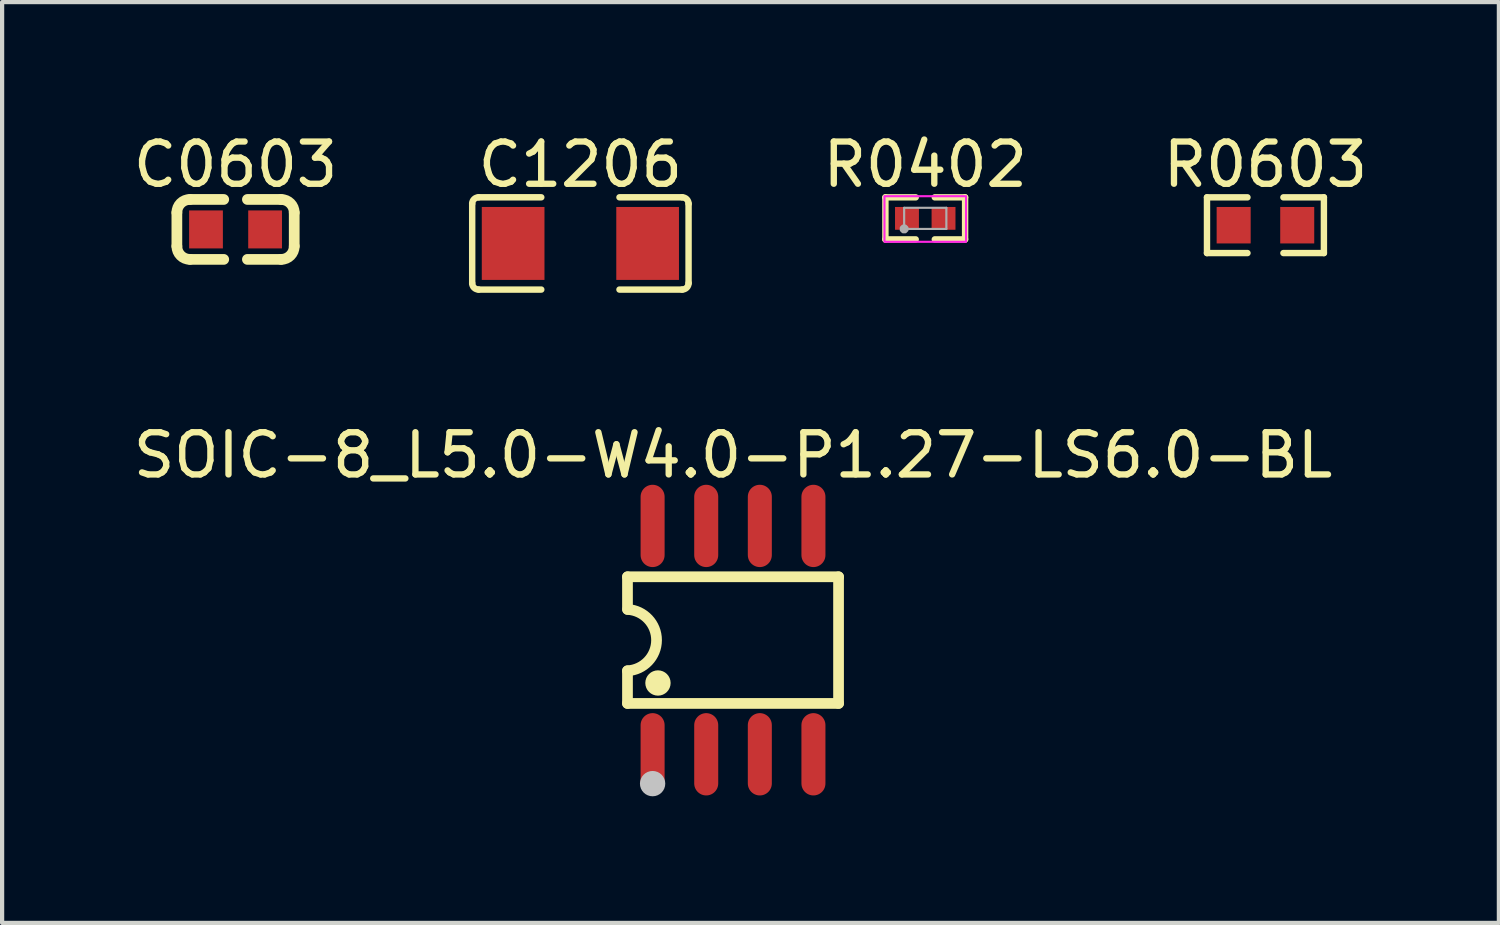
<source format=kicad_pcb>
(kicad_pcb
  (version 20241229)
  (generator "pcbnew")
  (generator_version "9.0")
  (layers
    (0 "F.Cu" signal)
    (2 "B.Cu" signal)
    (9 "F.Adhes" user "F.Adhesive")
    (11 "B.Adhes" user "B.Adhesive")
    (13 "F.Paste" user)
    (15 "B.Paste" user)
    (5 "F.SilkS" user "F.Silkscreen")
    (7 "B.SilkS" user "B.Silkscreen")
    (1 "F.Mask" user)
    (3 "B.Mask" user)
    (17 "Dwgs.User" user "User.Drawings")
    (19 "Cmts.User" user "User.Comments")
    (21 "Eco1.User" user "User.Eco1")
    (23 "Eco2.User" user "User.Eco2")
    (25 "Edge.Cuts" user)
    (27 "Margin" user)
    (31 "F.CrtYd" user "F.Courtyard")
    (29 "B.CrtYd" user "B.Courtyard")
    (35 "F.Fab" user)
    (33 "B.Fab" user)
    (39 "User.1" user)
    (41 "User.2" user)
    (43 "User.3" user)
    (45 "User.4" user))
  (footprint "C1206"
    (layer "F.Cu")
    (at 10.699 2.717)
    (property "Reference" "C1206" (at 0 -1.869 0) (layer "F.SilkS") (effects (font (size 1 1) (thickness 0.15))))
    (fp_line (start -2.563 0.94) (end -2.563 -0.94) (stroke (width 0.152) (type default)) (layer "F.SilkS"))
    (fp_line (start -2.411 -1.093) (end -0.926 -1.093) (stroke (width 0.152) (type default)) (layer "F.SilkS"))
    (fp_line (start -0.926 1.093) (end -2.411 1.093) (stroke (width 0.152) (type default)) (layer "F.SilkS"))
    (fp_line (start 0.926 1.093) (end 2.411 1.093) (stroke (width 0.152) (type default)) (layer "F.SilkS"))
    (fp_line (start 2.411 -1.093) (end 0.926 -1.093) (stroke (width 0.152) (type default)) (layer "F.SilkS"))
    (fp_line (start 2.563 0.94) (end 2.563 -0.94) (stroke (width 0.152) (type default)) (layer "F.SilkS"))
    (fp_arc (start -2.5635 -0.94) (mid -2.518834 -1.047834) (end -2.411 -1.0925) (stroke (width 0.1525) (type default)) (layer "F.SilkS"))
    (fp_arc (start -2.411 1.0925) (mid -2.518834 1.047834) (end -2.5635 0.94) (stroke (width 0.1525) (type default)) (layer "F.SilkS"))
    (fp_arc (start 2.411 -1.0925) (mid 2.518834 -1.047834) (end 2.5635 -0.94) (stroke (width 0.1525) (type default)) (layer "F.SilkS"))
    (fp_arc (start 2.5635 0.94) (mid 2.518834 1.047834) (end 2.411 1.0925) (stroke (width 0.1525) (type default)) (layer "F.SilkS"))
    (fp_poly (pts (xy -0.85 0.764) (xy -0.85 0.394) (xy -0.95 0.294) (xy -1.255 0.294) (xy -1.355 0.194) (xy -1.355 -0.194) (xy -1.255 -0.294) (xy -0.95 -0.294) (xy -0.85 -0.394) (xy -0.85 -0.764) (xy -0.95 -0.864) (xy -2.235 -0.864) (xy -2.335 -0.764) (xy -2.335 0.764) (xy -2.235 0.864) (xy -0.95 0.864)) (stroke (width 0) (type default)) (fill yes) (layer "F.Paste"))
    (fp_poly (pts (xy 0.85 0.764) (xy 0.85 0.394) (xy 0.95 0.294) (xy 1.255 0.294) (xy 1.355 0.194) (xy 1.355 -0.194) (xy 1.255 -0.294) (xy 0.95 -0.294) (xy 0.85 -0.394) (xy 0.85 -0.764) (xy 0.95 -0.864) (xy 2.235 -0.864) (xy 2.335 -0.764) (xy 2.335 0.764) (xy 2.235 0.864) (xy 0.95 0.864)) (stroke (width 0) (type default)) (fill yes) (layer "F.Paste"))
    (fp_poly (pts (xy -1.6 0.8) (xy -1.6 -0.8) (xy -1.1 -0.8) (xy -1.1 0.8)) (stroke (width 0.1) (type default)) (fill no) (layer "User.1"))
    (fp_poly (pts (xy 1.6 0.8) (xy 1.6 -0.8) (xy 1.1 -0.8) (xy 1.1 0.8)) (stroke (width 0.1) (type default)) (fill no) (layer "User.1"))
    (fp_line (start -1.6 -0.8) (end 1.6 -0.8) (stroke (width 0.051) (type default)) (layer "User.2"))
    (fp_line (start -1.6 0.8) (end -1.6 -0.8) (stroke (width 0.051) (type default)) (layer "User.2"))
    (fp_line (start 1.6 -0.8) (end 1.6 0.8) (stroke (width 0.051) (type default)) (layer "User.2"))
    (fp_line (start 1.6 0.8) (end -1.6 0.8) (stroke (width 0.051) (type default)) (layer "User.2"))
    (fp_poly (pts (xy -1.545 0.777) (xy -1.577 0.745) (xy -1.623 0.745) (xy -1.655 0.777) (xy -1.655 0.823) (xy -1.623 0.855) (xy -1.577 0.855) (xy -1.545 0.823)) (stroke (width 0.1) (type default)) (fill no) (layer "User.3"))
    (pad "1" smd rect (at -1.593 0) (size 1.485 1.728) (layers "F.Cu" "F.Mask" "F.Paste"))
    (pad "2" smd rect (at 1.593 0) (size 1.485 1.728) (layers "F.Cu" "F.Mask" "F.Paste")))
  (footprint "R0603"
    (layer "F.Cu")
    (at 26.928 2.285)
    (property "Reference" "R0603" (at 0 -1.437 0) (layer "F.SilkS") (effects (font (size 1 1) (thickness 0.15))))
    (fp_line (start -1.385 -0.66) (end -0.426 -0.66) (stroke (width 0.152) (type default)) (layer "F.SilkS"))
    (fp_line (start -1.385 0.66) (end -1.385 -0.66) (stroke (width 0.152) (type default)) (layer "F.SilkS"))
    (fp_line (start -0.426 0.66) (end -1.385 0.66) (stroke (width 0.152) (type default)) (layer "F.SilkS"))
    (fp_line (start 0.426 0.66) (end 1.385 0.66) (stroke (width 0.152) (type default)) (layer "F.SilkS"))
    (fp_line (start 1.385 -0.66) (end 0.426 -0.66) (stroke (width 0.152) (type default)) (layer "F.SilkS"))
    (fp_line (start 1.385 0.66) (end 1.385 -0.66) (stroke (width 0.152) (type default)) (layer "F.SilkS"))
    (fp_poly (pts (xy -1.195 0.45) (xy -0.395 0.45) (xy -0.345 0.4) (xy -0.345 0.172) (xy -0.715 0.172) (xy -0.715 -0.158) (xy -0.345 -0.158) (xy -0.345 -0.4) (xy -0.395 -0.45) (xy -1.195 -0.45) (xy -1.245 -0.4) (xy -1.245 0.4)) (stroke (width 0) (type default)) (fill yes) (layer "F.Paste"))
    (fp_poly (pts (xy 1.195 -0.45) (xy 0.395 -0.45) (xy 0.345 -0.4) (xy 0.345 -0.172) (xy 0.715 -0.172) (xy 0.715 0.158) (xy 0.345 0.158) (xy 0.345 0.4) (xy 0.395 0.45) (xy 1.195 0.45) (xy 1.245 0.4) (xy 1.245 -0.4)) (stroke (width 0) (type default)) (fill yes) (layer "F.Paste"))
    (fp_poly (pts (xy -0.8 0.4) (xy -0.8 -0.4) (xy -0.5 -0.4) (xy -0.5 0.4)) (stroke (width 0.1) (type default)) (fill no) (layer "User.1"))
    (fp_poly (pts (xy 0.8 0.4) (xy 0.8 -0.4) (xy 0.5 -0.4) (xy 0.5 0.4)) (stroke (width 0.1) (type default)) (fill no) (layer "User.1"))
    (fp_line (start -0.8 -0.4) (end 0.8 -0.4) (stroke (width 0.051) (type default)) (layer "User.2"))
    (fp_line (start -0.8 0.4) (end -0.8 -0.4) (stroke (width 0.051) (type default)) (layer "User.2"))
    (fp_line (start 0.8 -0.4) (end 0.8 0.4) (stroke (width 0.051) (type default)) (layer "User.2"))
    (fp_line (start 0.8 0.4) (end -0.8 0.4) (stroke (width 0.051) (type default)) (layer "User.2"))
    (fp_poly (pts (xy -0.745 0.377) (xy -0.777 0.345) (xy -0.823 0.345) (xy -0.855 0.377) (xy -0.855 0.423) (xy -0.823 0.455) (xy -0.777 0.455) (xy -0.745 0.423)) (stroke (width 0.1) (type default)) (fill no) (layer "User.3"))
    (pad "1" smd rect (at -0.753 0) (size 0.806 0.864) (layers "F.Cu" "F.Mask" "F.Paste"))
    (pad "2" smd rect (at 0.753 0) (size 0.806 0.864) (layers "F.Cu" "F.Mask" "F.Paste")))
  (footprint "R0402"
    (layer "F.Cu")
    (at 18.869 2.123)
    (property "Reference" "R0402" (at 0 -1.275 0) (layer "F.SilkS") (effects (font (size 1 1) (thickness 0.15))))
    (fp_line (start -0.944 -0.498) (end -0.226 -0.498) (stroke (width 0.152) (type default)) (layer "F.SilkS"))
    (fp_line (start -0.944 0.498) (end -0.944 -0.498) (stroke (width 0.152) (type default)) (layer "F.SilkS"))
    (fp_line (start -0.226 0.498) (end -0.944 0.498) (stroke (width 0.152) (type default)) (layer "F.SilkS"))
    (fp_line (start 0.226 0.498) (end 0.944 0.498) (stroke (width 0.152) (type default)) (layer "F.SilkS"))
    (fp_line (start 0.944 -0.498) (end 0.226 -0.498) (stroke (width 0.152) (type default)) (layer "F.SilkS"))
    (fp_line (start 0.944 0.498) (end 0.944 -0.498) (stroke (width 0.152) (type default)) (layer "F.SilkS"))
    (fp_poly (pts (xy -0.135 0.23) (xy -0.135 -0.23) (xy -0.175 -0.27) (xy -0.675 -0.27) (xy -0.716 -0.23) (xy -0.716 0.23) (xy -0.675 0.27) (xy -0.175 0.27)) (stroke (width 0) (type default)) (fill yes) (layer "F.Paste"))
    (fp_poly (pts (xy 0.135 0.23) (xy 0.135 -0.23) (xy 0.175 -0.27) (xy 0.675 -0.27) (xy 0.716 -0.23) (xy 0.716 0.23) (xy 0.675 0.27) (xy 0.175 0.27)) (stroke (width 0) (type default)) (fill yes) (layer "F.Paste"))
    (fp_rect (start -0.966 -0.525) (end 0.966 0.555) (stroke (width 0.05) (type default)) (fill no) (layer "F.CrtYd"))
    (fp_line (start -0.5 -0.25) (end 0.5 -0.25) (stroke (width 0.051) (type default)) (layer "F.Fab"))
    (fp_line (start -0.5 0.25) (end -0.5 -0.25) (stroke (width 0.051) (type default)) (layer "F.Fab"))
    (fp_line (start 0.5 -0.25) (end 0.5 0.25) (stroke (width 0.051) (type default)) (layer "F.Fab"))
    (fp_line (start 0.5 0.25) (end -0.5 0.25) (stroke (width 0.051) (type default)) (layer "F.Fab"))
    (fp_poly (pts (xy -0.445 0.227) (xy -0.477 0.195) (xy -0.523 0.195) (xy -0.555 0.227) (xy -0.555 0.273) (xy -0.523 0.305) (xy -0.477 0.305) (xy -0.445 0.273)) (stroke (width 0.1) (type default)) (fill no) (layer "F.Fab"))
    (fp_poly (pts (xy -0.249 -0.25) (xy -0.249 0.25) (xy -0.499 0.25) (xy -0.499 -0.25)) (stroke (width 0.1) (type default)) (fill no) (layer "User.1"))
    (fp_poly (pts (xy 0.252 0.25) (xy 0.252 -0.25) (xy 0.501 -0.25) (xy 0.501 0.25)) (stroke (width 0.1) (type default)) (fill no) (layer "User.1"))
    (pad "1" smd rect (at -0.433 0) (size 0.566 0.54) (layers "F.Cu" "F.Mask" "F.Paste"))
    (pad "2" smd rect (at 0.433 0) (size 0.566 0.54) (layers "F.Cu" "F.Mask" "F.Paste")))
  (footprint "SOIC-8_L5.0-W4.0-P1.27-LS6.0-BL"
    (layer "F.Cu")
    (at 14.315 12.114)
    (property "Reference" "SOIC-8_L5.0-W4.0-P1.27-LS6.0-BL" (at 0 -4.38 0) (layer "F.SilkS") (effects (font (size 1 1) (thickness 0.15))))
    (fp_line (start -2.5 -1.5) (end -2.5 -0.727) (stroke (width 0.254) (type default)) (layer "F.SilkS"))
    (fp_line (start -2.5 -1.5) (end 2.5 -1.5) (stroke (width 0.254) (type default)) (layer "F.SilkS"))
    (fp_line (start -2.5 1.5) (end -2.5 0.727) (stroke (width 0.254) (type default)) (layer "F.SilkS"))
    (fp_line (start -2.5 1.5) (end 2.5 1.5) (stroke (width 0.254) (type default)) (layer "F.SilkS"))
    (fp_line (start 2.5 -1.5) (end 2.5 1.5) (stroke (width 0.254) (type default)) (layer "F.SilkS"))
    (fp_arc (start -2.495 -0.7265) (mid -1.812112 0.002496) (end -2.5 0.7265) (stroke (width 0.254) (type default)) (layer "F.SilkS"))
    (fp_circle (center -1.778 1.016) (end -1.628 1.016) (stroke (width 0.3) (type default)) (fill no) (layer "F.SilkS"))
    (fp_circle (center -1.905 3.4) (end -1.755 3.4) (stroke (width 0.3) (type default)) (fill no) (layer "Dwgs.User"))
    (fp_poly (pts (xy -2.11 -2.165) (xy -2.11 -3) (xy -1.7 -3) (xy -1.7 -2.165)) (stroke (width 0.1) (type default)) (fill no) (layer "User.1"))
    (fp_poly (pts (xy -2.11 -1.94) (xy -2.11 -2.175) (xy -1.7 -2.175) (xy -1.7 -1.94)) (stroke (width 0.1) (type default)) (fill no) (layer "User.1"))
    (fp_poly (pts (xy -2.11 2.175) (xy -2.11 1.94) (xy -1.7 1.94) (xy -1.7 2.175)) (stroke (width 0.1) (type default)) (fill no) (layer "User.1"))
    (fp_poly (pts (xy -2.11 3) (xy -2.11 2.165) (xy -1.7 2.165) (xy -1.7 3)) (stroke (width 0.1) (type default)) (fill no) (layer "User.1"))
    (fp_poly (pts (xy -0.84 -2.165) (xy -0.84 -3) (xy -0.43 -3) (xy -0.43 -2.165)) (stroke (width 0.1) (type default)) (fill no) (layer "User.1"))
    (fp_poly (pts (xy -0.84 -1.94) (xy -0.84 -2.175) (xy -0.43 -2.175) (xy -0.43 -1.94)) (stroke (width 0.1) (type default)) (fill no) (layer "User.1"))
    (fp_poly (pts (xy -0.84 2.175) (xy -0.84 1.94) (xy -0.43 1.94) (xy -0.43 2.175)) (stroke (width 0.1) (type default)) (fill no) (layer "User.1"))
    (fp_poly (pts (xy -0.84 3) (xy -0.84 2.165) (xy -0.43 2.165) (xy -0.43 3)) (stroke (width 0.1) (type default)) (fill no) (layer "User.1"))
    (fp_poly (pts (xy 0.43 -2.165) (xy 0.43 -3) (xy 0.84 -3) (xy 0.84 -2.165)) (stroke (width 0.1) (type default)) (fill no) (layer "User.1"))
    (fp_poly (pts (xy 0.43 -1.94) (xy 0.43 -2.175) (xy 0.84 -2.175) (xy 0.84 -1.94)) (stroke (width 0.1) (type default)) (fill no) (layer "User.1"))
    (fp_poly (pts (xy 0.43 2.175) (xy 0.43 1.94) (xy 0.84 1.94) (xy 0.84 2.175)) (stroke (width 0.1) (type default)) (fill no) (layer "User.1"))
    (fp_poly (pts (xy 0.43 3) (xy 0.43 2.165) (xy 0.84 2.165) (xy 0.84 3)) (stroke (width 0.1) (type default)) (fill no) (layer "User.1"))
    (fp_poly (pts (xy 1.7 -2.165) (xy 1.7 -3) (xy 2.11 -3) (xy 2.11 -2.165)) (stroke (width 0.1) (type default)) (fill no) (layer "User.1"))
    (fp_poly (pts (xy 1.7 -1.94) (xy 1.7 -2.175) (xy 2.11 -2.175) (xy 2.11 -1.94)) (stroke (width 0.1) (type default)) (fill no) (layer "User.1"))
    (fp_poly (pts (xy 1.7 2.175) (xy 1.7 1.94) (xy 2.11 1.94) (xy 2.11 2.175)) (stroke (width 0.1) (type default)) (fill no) (layer "User.1"))
    (fp_poly (pts (xy 1.7 3) (xy 1.7 2.165) (xy 2.11 2.165) (xy 2.11 3)) (stroke (width 0.1) (type default)) (fill no) (layer "User.1"))
    (fp_line (start -2.5 -2) (end 2.5 -2) (stroke (width 0.051) (type default)) (layer "User.2"))
    (fp_line (start -2.5 2) (end -2.5 -2) (stroke (width 0.051) (type default)) (layer "User.2"))
    (fp_line (start 2.5 -2) (end 2.5 2) (stroke (width 0.051) (type default)) (layer "User.2"))
    (fp_line (start 2.5 2) (end -2.5 2) (stroke (width 0.051) (type default)) (layer "User.2"))
    (fp_poly (pts (xy -2.358 2.517) (xy -2.39 2.485) (xy -2.436 2.485) (xy -2.468 2.517) (xy -2.468 2.563) (xy -2.436 2.595) (xy -2.39 2.595) (xy -2.358 2.563)) (stroke (width 0.1) (type default)) (fill no) (layer "User.3"))
    (pad "1" smd oval (at -1.905 2.705) (size 0.569 1.95) (layers "F.Cu" "F.Mask" "F.Paste"))
    (pad "2" smd oval (at -0.635 2.705) (size 0.569 1.95) (layers "F.Cu" "F.Mask" "F.Paste"))
    (pad "3" smd oval (at 0.635 2.705) (size 0.569 1.95) (layers "F.Cu" "F.Mask" "F.Paste"))
    (pad "4" smd oval (at 1.905 2.705) (size 0.569 1.95) (layers "F.Cu" "F.Mask" "F.Paste"))
    (pad "5" smd oval (at 1.905 -2.705) (size 0.569 1.95) (layers "F.Cu" "F.Mask" "F.Paste"))
    (pad "6" smd oval (at 0.635 -2.705) (size 0.569 1.95) (layers "F.Cu" "F.Mask" "F.Paste"))
    (pad "7" smd oval (at -0.635 -2.705) (size 0.569 1.95) (layers "F.Cu" "F.Mask" "F.Paste"))
    (pad "8" smd oval (at -1.905 -2.705) (size 0.569 1.95) (layers "F.Cu" "F.Mask" "F.Paste")))
  (footprint "C0603"
    (layer "F.Cu")
    (at 2.53 2.385)
    (property "Reference" "C0603" (at 0 -1.537 0) (layer "F.SilkS") (effects (font (size 1 1) (thickness 0.15))))
    (fp_line (start -1.39 0.4) (end -1.39 -0.401) (stroke (width 0.254) (type default)) (layer "F.SilkS"))
    (fp_line (start -0.28 -0.71) (end -1.08 -0.71) (stroke (width 0.254) (type default)) (layer "F.SilkS"))
    (fp_line (start -0.28 0.71) (end -1.08 0.71) (stroke (width 0.254) (type default)) (layer "F.SilkS"))
    (fp_line (start 0.281 -0.71) (end 1.08 -0.71) (stroke (width 0.254) (type default)) (layer "F.SilkS"))
    (fp_line (start 0.281 0.71) (end 1.08 0.71) (stroke (width 0.254) (type default)) (layer "F.SilkS"))
    (fp_line (start 1.39 -0.4) (end 1.39 0.401) (stroke (width 0.254) (type default)) (layer "F.SilkS"))
    (fp_arc (start -1.39 -0.4) (mid -1.29938 -0.619527) (end -1.08 -0.71) (stroke (width 0.254) (type default)) (layer "F.SilkS"))
    (fp_arc (start -1.08 0.7095) (mid -1.299203 0.618703) (end -1.39 0.3995) (stroke (width 0.254) (type default)) (layer "F.SilkS"))
    (fp_arc (start 1.08 -0.7095) (mid 1.29885 -0.61885) (end 1.39 -0.4) (stroke (width 0.254) (type default)) (layer "F.SilkS"))
    (fp_arc (start 1.39 0.4) (mid 1.299203 0.619203) (end 1.08 0.71) (stroke (width 0.254) (type default)) (layer "F.SilkS"))
    (fp_poly (pts (xy -0.8 0.4) (xy -0.8 -0.4) (xy -0.5 -0.4) (xy -0.5 0.4)) (stroke (width 0.1) (type default)) (fill no) (layer "User.1"))
    (fp_poly (pts (xy 0.8 0.4) (xy 0.8 -0.4) (xy 0.5 -0.4) (xy 0.5 0.4)) (stroke (width 0.1) (type default)) (fill no) (layer "User.1"))
    (fp_line (start -0.8 -0.4) (end 0.8 -0.4) (stroke (width 0.051) (type default)) (layer "User.2"))
    (fp_line (start -0.8 0.4) (end -0.8 -0.4) (stroke (width 0.051) (type default)) (layer "User.2"))
    (fp_line (start 0.8 -0.4) (end 0.8 0.4) (stroke (width 0.051) (type default)) (layer "User.2"))
    (fp_line (start 0.8 0.4) (end -0.8 0.4) (stroke (width 0.051) (type default)) (layer "User.2"))
    (fp_poly (pts (xy -0.745 0.377) (xy -0.777 0.345) (xy -0.823 0.345) (xy -0.855 0.377) (xy -0.855 0.423) (xy -0.823 0.455) (xy -0.777 0.455) (xy -0.745 0.423)) (stroke (width 0.1) (type default)) (fill no) (layer "User.3"))
    (pad "1" smd rect (at -0.7 0) (size 0.8 0.9) (layers "F.Cu" "F.Mask" "F.Paste"))
    (pad "2" smd rect (at 0.7 0) (size 0.8 0.9) (layers "F.Cu" "F.Mask" "F.Paste")))
  (gr_rect
    (start -3 -3)
    (end 32.458 18.814)
    (stroke (width 0.1) (type default))
    (fill no)
    (layer "Edge.Cuts")))
</source>
